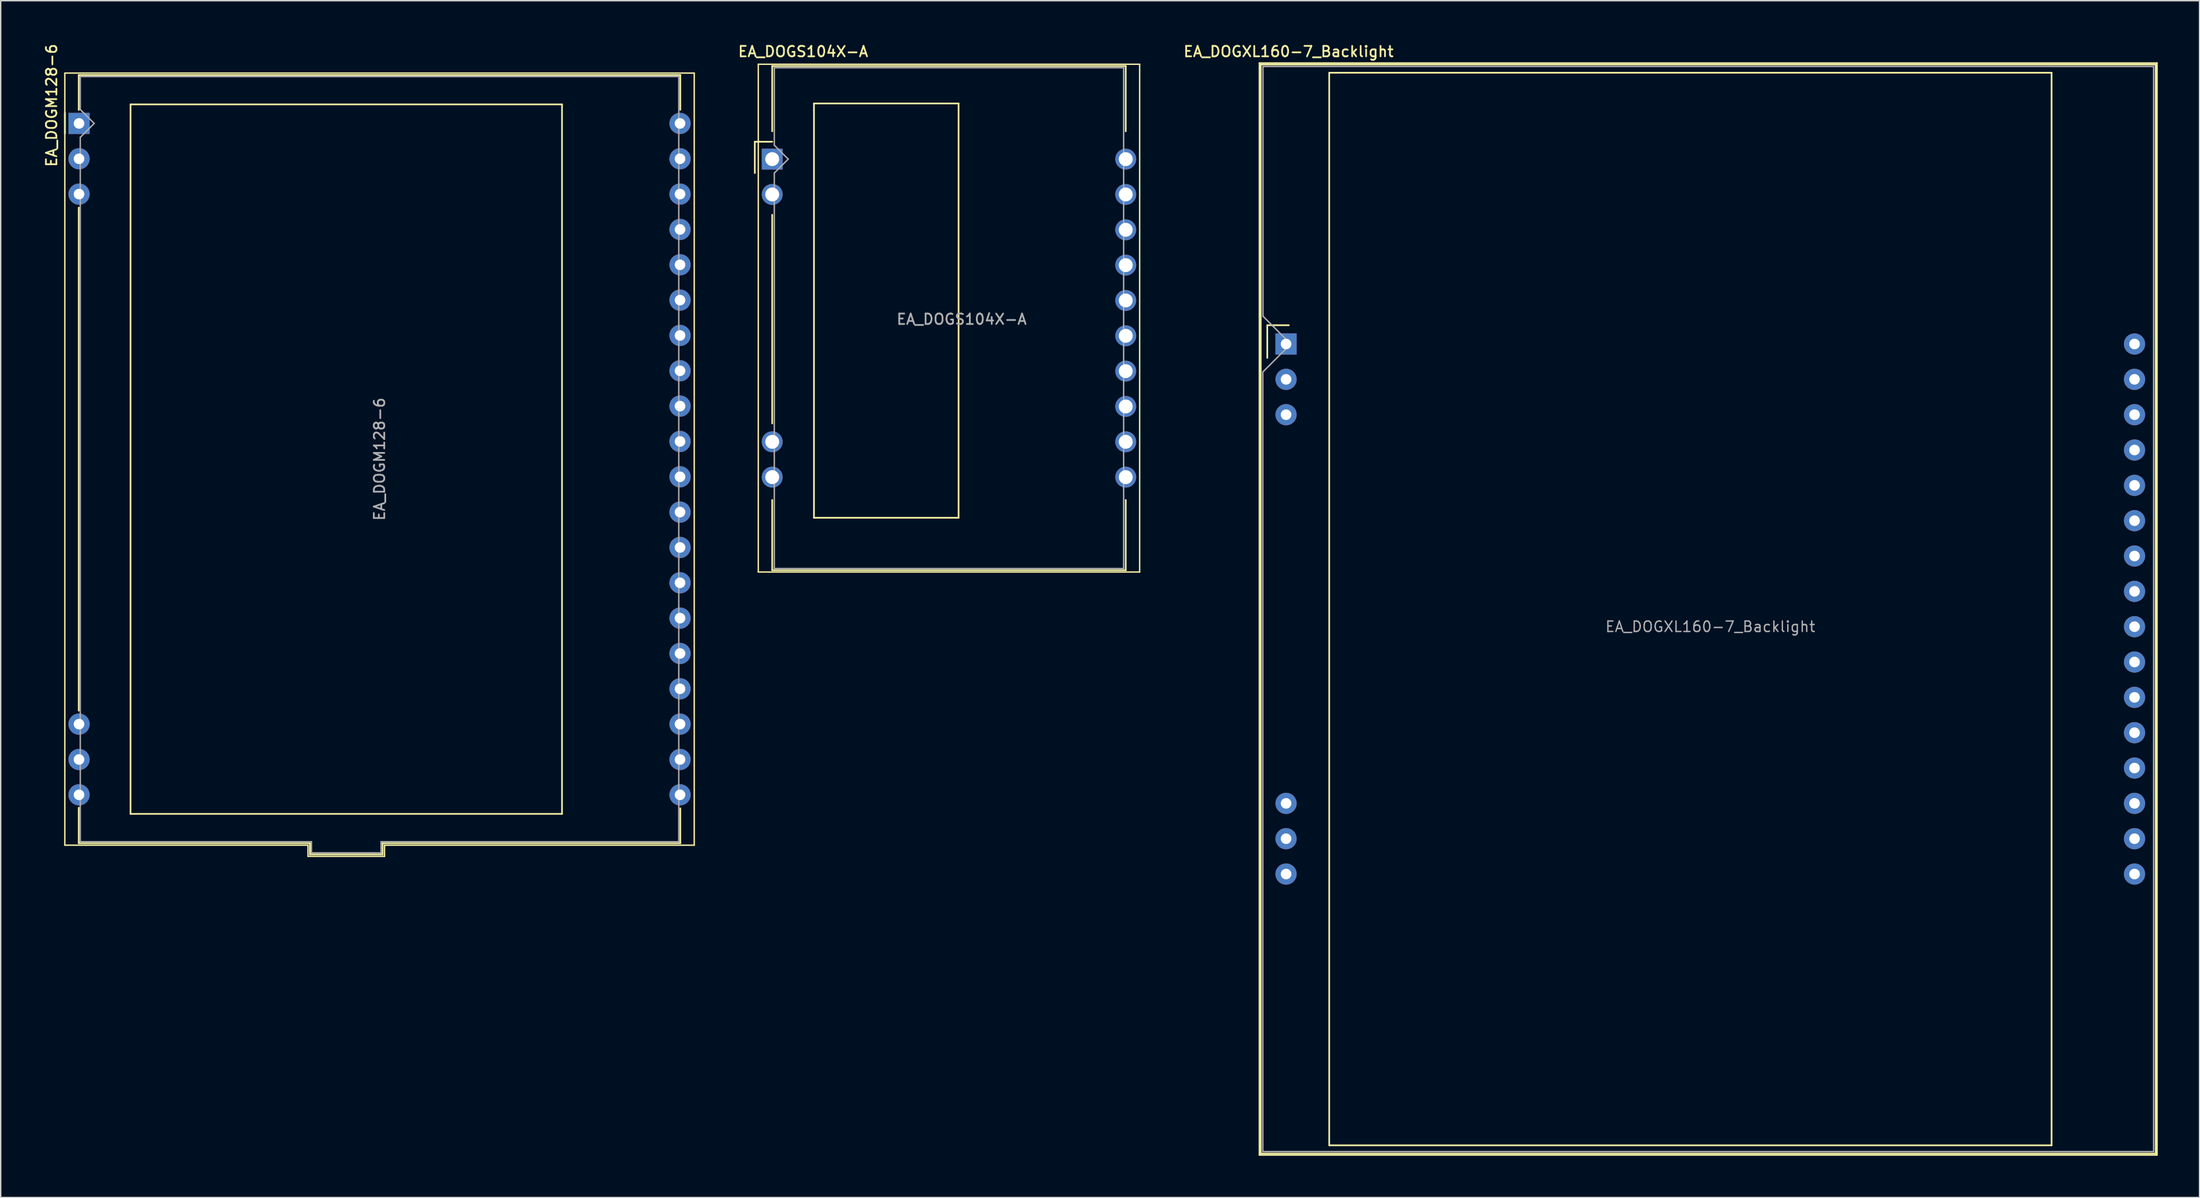
<source format=kicad_pcb>
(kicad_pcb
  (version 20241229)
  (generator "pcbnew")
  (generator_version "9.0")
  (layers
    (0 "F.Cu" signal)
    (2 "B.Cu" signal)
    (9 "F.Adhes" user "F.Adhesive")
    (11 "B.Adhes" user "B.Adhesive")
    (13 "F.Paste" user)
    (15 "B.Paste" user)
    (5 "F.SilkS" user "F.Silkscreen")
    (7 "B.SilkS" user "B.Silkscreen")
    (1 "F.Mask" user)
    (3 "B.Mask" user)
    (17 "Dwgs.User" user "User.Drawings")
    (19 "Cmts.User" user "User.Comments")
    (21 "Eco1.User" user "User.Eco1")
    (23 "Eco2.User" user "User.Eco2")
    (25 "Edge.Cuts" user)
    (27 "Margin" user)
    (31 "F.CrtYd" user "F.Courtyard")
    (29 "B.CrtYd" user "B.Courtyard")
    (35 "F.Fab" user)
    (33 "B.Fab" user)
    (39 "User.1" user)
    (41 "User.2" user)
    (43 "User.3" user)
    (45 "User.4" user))
  (footprint "EA_DOGS104X-A"
    (layer "F.Cu")
    (at 52.431 8.388)
    (property "Reference" "EA_DOGS104X-A" (at 2.22 -7.73 0) (layer "F.SilkS") (effects (font (size 0.75 0.75) (thickness 0.125))))
    (attr through_hole)
    (fp_line (start -1.25 -1.25) (end -1.25 1) (stroke (width 0.12) (type solid)) (layer "F.SilkS"))
    (fp_line (start -1.25 -1.25) (end 0 -1.25) (stroke (width 0.12) (type solid)) (layer "F.SilkS"))
    (fp_line (start -1 -6.82) (end 26.4 -6.82) (stroke (width 0.1) (type solid)) (layer "F.SilkS"))
    (fp_line (start -1 29.68) (end -1 -6.82) (stroke (width 0.1) (type solid)) (layer "F.SilkS"))
    (fp_line (start 0 -6.69) (end 25.4 -6.69) (stroke (width 0.12) (type solid)) (layer "F.SilkS"))
    (fp_line (start 0 -2) (end 0 -6.69) (stroke (width 0.12) (type solid)) (layer "F.SilkS"))
    (fp_line (start 0 4) (end 0 19) (stroke (width 0.12) (type solid)) (layer "F.SilkS"))
    (fp_line (start 0 24.5) (end 0 29.55) (stroke (width 0.12) (type solid)) (layer "F.SilkS"))
    (fp_line (start 3 -4) (end 3 25.78) (stroke (width 0.12) (type solid)) (layer "F.SilkS"))
    (fp_line (start 3 25.78) (end 13.39 25.78) (stroke (width 0.12) (type solid)) (layer "F.SilkS"))
    (fp_line (start 13.39 -4) (end 3 -4) (stroke (width 0.12) (type solid)) (layer "F.SilkS"))
    (fp_line (start 13.39 25.78) (end 13.39 -4) (stroke (width 0.12) (type solid)) (layer "F.SilkS"))
    (fp_line (start 25.4 -6.69) (end 25.4 -2) (stroke (width 0.12) (type solid)) (layer "F.SilkS"))
    (fp_line (start 25.4 24.5) (end 25.4 29.55) (stroke (width 0.12) (type solid)) (layer "F.SilkS"))
    (fp_line (start 25.4 29.55) (end 0 29.55) (stroke (width 0.12) (type solid)) (layer "F.SilkS"))
    (fp_line (start 26.4 -6.82) (end 26.4 29.68) (stroke (width 0.1) (type solid)) (layer "F.SilkS"))
    (fp_line (start 26.4 29.68) (end -1 29.68) (stroke (width 0.1) (type solid)) (layer "F.SilkS"))
    (fp_line (start 0.15 -6.57) (end 25.25 -6.57) (stroke (width 0.1) (type solid)) (layer "F.Fab"))
    (fp_line (start 0.15 -1) (end 0.15 -6.57) (stroke (width 0.1) (type solid)) (layer "F.Fab"))
    (fp_line (start 0.15 -1) (end 1.15 0) (stroke (width 0.1) (type solid)) (layer "F.Fab"))
    (fp_line (start 0.15 1) (end 0.15 29.43) (stroke (width 0.1) (type solid)) (layer "F.Fab"))
    (fp_line (start 1.15 0) (end 0.15 1) (stroke (width 0.1) (type solid)) (layer "F.Fab"))
    (fp_line (start 25.25 -6.57) (end 25.25 29.43) (stroke (width 0.1) (type solid)) (layer "F.Fab"))
    (fp_line (start 25.25 29.43) (end 0.15 29.43) (stroke (width 0.1) (type solid)) (layer "F.Fab"))
    (fp_text user "${REFERENCE}" (at 13.61 11.51 0) (layer "F.Fab") (effects (font (size 0.75 0.75) (thickness 0.125))))
    (pad "1" thru_hole rect (at 0 0) (size 1.5 1.5) (drill 1) (layers "*.Cu" "*.Mask"))
    (pad "2" thru_hole circle (at 0 2.54) (size 1.5 1.5) (drill 1) (layers "*.Cu" "*.Mask"))
    (pad "9" thru_hole circle (at 0 20.32) (size 1.5 1.5) (drill 1) (layers "*.Cu" "*.Mask"))
    (pad "10" thru_hole circle (at 0 22.86) (size 1.5 1.5) (drill 1) (layers "*.Cu" "*.Mask"))
    (pad "11" thru_hole circle (at 25.4 22.86) (size 1.5 1.5) (drill 1) (layers "*.Cu" "*.Mask"))
    (pad "12" thru_hole circle (at 25.4 20.32) (size 1.5 1.5) (drill 1) (layers "*.Cu" "*.Mask"))
    (pad "13" thru_hole circle (at 25.4 17.78) (size 1.5 1.5) (drill 1) (layers "*.Cu" "*.Mask"))
    (pad "14" thru_hole circle (at 25.4 15.24) (size 1.5 1.5) (drill 1) (layers "*.Cu" "*.Mask"))
    (pad "15" thru_hole circle (at 25.4 12.7) (size 1.5 1.5) (drill 1) (layers "*.Cu" "*.Mask"))
    (pad "16" thru_hole circle (at 25.4 10.16) (size 1.5 1.5) (drill 1) (layers "*.Cu" "*.Mask"))
    (pad "17" thru_hole circle (at 25.4 7.62) (size 1.5 1.5) (drill 1) (layers "*.Cu" "*.Mask"))
    (pad "18" thru_hole circle (at 25.4 5.08) (size 1.5 1.5) (drill 1) (layers "*.Cu" "*.Mask"))
    (pad "19" thru_hole circle (at 25.4 2.54) (size 1.5 1.5) (drill 1) (layers "*.Cu" "*.Mask"))
    (pad "20" thru_hole circle (at 25.4 0) (size 1.5 1.5) (drill 1) (layers "*.Cu" "*.Mask")))
  (footprint "EA_DOGM128-6"
    (layer "F.Cu")
    (at 2.628 5.823)
    (property "Reference" "EA_DOGM128-6" (at -1.97 -1.3 270) (layer "F.SilkS") (effects (font (size 0.75 0.75) (thickness 0.125))))
    (attr through_hole)
    (fp_line (start -1.02 -3.62) (end 44.2 -3.62) (stroke (width 0.1) (type solid)) (layer "F.SilkS"))
    (fp_line (start -1.02 51.88) (end -1.02 -3.62) (stroke (width 0.1) (type solid)) (layer "F.SilkS"))
    (fp_line (start -1.02 51.88) (end 16.45 51.88) (stroke (width 0.1) (type solid)) (layer "F.SilkS"))
    (fp_line (start -1.01 -0.77) (end -1.01 0.73) (stroke (width 0.12) (type solid)) (layer "F.SilkS"))
    (fp_line (start -0.02 -3.48) (end 43.2 -3.48) (stroke (width 0.12) (type solid)) (layer "F.SilkS"))
    (fp_line (start -0.02 -0.97) (end -0.02 -3.48) (stroke (width 0.12) (type solid)) (layer "F.SilkS"))
    (fp_line (start -0.02 6.05) (end -0.02 42.21) (stroke (width 0.12) (type solid)) (layer "F.SilkS"))
    (fp_line (start -0.02 51.74) (end -0.02 49.19) (stroke (width 0.12) (type solid)) (layer "F.SilkS"))
    (fp_line (start 3.7 -1.37) (end 3.7 49.63) (stroke (width 0.12) (type solid)) (layer "F.SilkS"))
    (fp_line (start 3.7 49.63) (end 34.7 49.63) (stroke (width 0.12) (type solid)) (layer "F.SilkS"))
    (fp_line (start 16.45 51.88) (end 16.45 52.68) (stroke (width 0.1) (type solid)) (layer "F.SilkS"))
    (fp_line (start 16.45 52.68) (end 21.95 52.68) (stroke (width 0.1) (type solid)) (layer "F.SilkS"))
    (fp_line (start 16.59 51.74) (end -0.02 51.74) (stroke (width 0.12) (type solid)) (layer "F.SilkS"))
    (fp_line (start 16.59 52.54) (end 16.59 51.74) (stroke (width 0.12) (type solid)) (layer "F.SilkS"))
    (fp_line (start 21.81 51.74) (end 21.81 52.54) (stroke (width 0.12) (type solid)) (layer "F.SilkS"))
    (fp_line (start 21.81 52.54) (end 16.59 52.54) (stroke (width 0.12) (type solid)) (layer "F.SilkS"))
    (fp_line (start 21.95 51.88) (end 44.2 51.88) (stroke (width 0.1) (type solid)) (layer "F.SilkS"))
    (fp_line (start 21.95 52.68) (end 21.95 51.88) (stroke (width 0.1) (type solid)) (layer "F.SilkS"))
    (fp_line (start 34.7 -1.37) (end 3.7 -1.37) (stroke (width 0.12) (type solid)) (layer "F.SilkS"))
    (fp_line (start 34.7 49.63) (end 34.7 -1.37) (stroke (width 0.12) (type solid)) (layer "F.SilkS"))
    (fp_line (start 43.2 -3.48) (end 43.2 -0.98) (stroke (width 0.12) (type solid)) (layer "F.SilkS"))
    (fp_line (start 43.2 49.23) (end 43.2 51.74) (stroke (width 0.12) (type solid)) (layer "F.SilkS"))
    (fp_line (start 43.2 51.74) (end 21.81 51.74) (stroke (width 0.12) (type solid)) (layer "F.SilkS"))
    (fp_line (start 44.2 -3.62) (end 44.2 51.88) (stroke (width 0.1) (type solid)) (layer "F.SilkS"))
    (fp_line (start 0.09 -1) (end 0.09 -3.37) (stroke (width 0.1) (type solid)) (layer "F.Fab"))
    (fp_line (start 0.09 -1) (end 1.09 0) (stroke (width 0.1) (type solid)) (layer "F.Fab"))
    (fp_line (start 0.09 1) (end 0.09 51.63) (stroke (width 0.1) (type solid)) (layer "F.Fab"))
    (fp_line (start 0.09 51.63) (end 16.7 51.63) (stroke (width 0.1) (type solid)) (layer "F.Fab"))
    (fp_line (start 1.09 0) (end 0.09 1) (stroke (width 0.1) (type solid)) (layer "F.Fab"))
    (fp_line (start 16.7 51.63) (end 16.7 52.43) (stroke (width 0.1) (type solid)) (layer "F.Fab"))
    (fp_line (start 16.7 52.43) (end 21.7 52.43) (stroke (width 0.1) (type solid)) (layer "F.Fab"))
    (fp_line (start 21.7 51.63) (end 43.09 51.63) (stroke (width 0.1) (type solid)) (layer "F.Fab"))
    (fp_line (start 21.7 52.43) (end 21.7 51.63) (stroke (width 0.1) (type solid)) (layer "F.Fab"))
    (fp_line (start 43.09 -3.37) (end 0.09 -3.37) (stroke (width 0.1) (type solid)) (layer "F.Fab"))
    (fp_line (start 43.09 51.63) (end 43.09 -3.37) (stroke (width 0.1) (type solid)) (layer "F.Fab"))
    (fp_text user "${REFERENCE}" (at 21.59 24.13 270) (layer "F.Fab") (effects (font (size 0.75 0.75) (thickness 0.125))))
    (pad "1" thru_hole rect (at 0 0 270) (size 1.524 1.524) (drill 0.762) (layers "*.Cu" "*.Mask"))
    (pad "2" thru_hole circle (at 0 2.54 270) (size 1.524 1.524) (drill 0.762) (layers "*.Cu" "*.Mask"))
    (pad "3" thru_hole circle (at 0 5.08 270) (size 1.524 1.524) (drill 0.762) (layers "*.Cu" "*.Mask"))
    (pad "18" thru_hole circle (at 0 43.18 270) (size 1.524 1.524) (drill 0.762) (layers "*.Cu" "*.Mask"))
    (pad "19" thru_hole circle (at 0 45.72 270) (size 1.524 1.524) (drill 0.762) (layers "*.Cu" "*.Mask"))
    (pad "20" thru_hole circle (at 0 48.26 270) (size 1.524 1.524) (drill 0.762) (layers "*.Cu" "*.Mask"))
    (pad "21" thru_hole circle (at 43.18 48.26 270) (size 1.524 1.524) (drill 0.762) (layers "*.Cu" "*.Mask"))
    (pad "22" thru_hole circle (at 43.18 45.72 270) (size 1.524 1.524) (drill 0.762) (layers "*.Cu" "*.Mask"))
    (pad "23" thru_hole circle (at 43.18 43.18 270) (size 1.524 1.524) (drill 0.762) (layers "*.Cu" "*.Mask"))
    (pad "24" thru_hole circle (at 43.18 40.64 270) (size 1.524 1.524) (drill 0.762) (layers "*.Cu" "*.Mask"))
    (pad "25" thru_hole circle (at 43.18 38.1 270) (size 1.524 1.524) (drill 0.762) (layers "*.Cu" "*.Mask"))
    (pad "26" thru_hole circle (at 43.18 35.56 270) (size 1.524 1.524) (drill 0.762) (layers "*.Cu" "*.Mask"))
    (pad "27" thru_hole circle (at 43.18 33.02 270) (size 1.524 1.524) (drill 0.762) (layers "*.Cu" "*.Mask"))
    (pad "28" thru_hole circle (at 43.18 30.48 270) (size 1.524 1.524) (drill 0.762) (layers "*.Cu" "*.Mask"))
    (pad "29" thru_hole circle (at 43.18 27.94 270) (size 1.524 1.524) (drill 0.762) (layers "*.Cu" "*.Mask"))
    (pad "30" thru_hole circle (at 43.18 25.4 270) (size 1.524 1.524) (drill 0.762) (layers "*.Cu" "*.Mask"))
    (pad "31" thru_hole circle (at 43.18 22.86 270) (size 1.524 1.524) (drill 0.762) (layers "*.Cu" "*.Mask"))
    (pad "32" thru_hole circle (at 43.18 20.32 270) (size 1.524 1.524) (drill 0.762) (layers "*.Cu" "*.Mask"))
    (pad "33" thru_hole circle (at 43.18 17.78 270) (size 1.524 1.524) (drill 0.762) (layers "*.Cu" "*.Mask"))
    (pad "34" thru_hole circle (at 43.18 15.24 270) (size 1.524 1.524) (drill 0.762) (layers "*.Cu" "*.Mask"))
    (pad "35" thru_hole circle (at 43.18 12.7 270) (size 1.524 1.524) (drill 0.762) (layers "*.Cu" "*.Mask"))
    (pad "36" thru_hole circle (at 43.18 10.16 270) (size 1.524 1.524) (drill 0.762) (layers "*.Cu" "*.Mask"))
    (pad "37" thru_hole circle (at 43.18 7.62 270) (size 1.524 1.524) (drill 0.762) (layers "*.Cu" "*.Mask"))
    (pad "38" thru_hole circle (at 43.18 5.08 270) (size 1.524 1.524) (drill 0.762) (layers "*.Cu" "*.Mask"))
    (pad "39" thru_hole circle (at 43.18 2.54 270) (size 1.524 1.524) (drill 0.762) (layers "*.Cu" "*.Mask"))
    (pad "40" thru_hole circle (at 43.18 0 270) (size 1.524 1.524) (drill 0.762) (layers "*.Cu" "*.Mask")))
  (footprint "EA_DOGXL160-7_Backlight"
    (layer "F.Cu")
    (at 89.35 21.678)
    (property "Reference" "EA_DOGXL160-7_Backlight" (at 0.18 -21.02 0) (layer "F.SilkS") (effects (font (size 0.75 0.75) (thickness 0.125))))
    (attr through_hole)
    (fp_line (start -1.92 -20.2) (end 62.58 -20.2) (stroke (width 0.1) (type solid)) (layer "F.SilkS"))
    (fp_line (start -1.92 58.3) (end -1.92 -20.2) (stroke (width 0.1) (type solid)) (layer "F.SilkS"))
    (fp_line (start -1.82 -20.09) (end -1.82 58.19) (stroke (width 0.12) (type solid)) (layer "F.SilkS"))
    (fp_line (start -1.82 58.19) (end 62.48 58.19) (stroke (width 0.12) (type solid)) (layer "F.SilkS"))
    (fp_line (start -1.35 -1.35) (end -1.35 1) (stroke (width 0.12) (type solid)) (layer "F.SilkS"))
    (fp_line (start 0.2 -1.35) (end -1.35 -1.35) (stroke (width 0.12) (type solid)) (layer "F.SilkS"))
    (fp_line (start 3.1 -19.5) (end 3.1 57.6) (stroke (width 0.12) (type solid)) (layer "F.SilkS"))
    (fp_line (start 3.1 57.6) (end 55 57.6) (stroke (width 0.12) (type solid)) (layer "F.SilkS"))
    (fp_line (start 55 -19.5) (end 3.1 -19.5) (stroke (width 0.12) (type solid)) (layer "F.SilkS"))
    (fp_line (start 55 57.6) (end 55 -19.5) (stroke (width 0.12) (type solid)) (layer "F.SilkS"))
    (fp_line (start 62.48 -20.09) (end -1.82 -20.09) (stroke (width 0.12) (type solid)) (layer "F.SilkS"))
    (fp_line (start 62.48 58.19) (end 62.48 -20.09) (stroke (width 0.12) (type solid)) (layer "F.SilkS"))
    (fp_line (start 62.58 -20.2) (end 62.58 58.3) (stroke (width 0.1) (type solid)) (layer "F.SilkS"))
    (fp_line (start 62.58 58.3) (end -1.92 58.3) (stroke (width 0.1) (type solid)) (layer "F.SilkS"))
    (fp_line (start -1.67 2) (end -1.67 58.05) (stroke (width 0.1) (type solid)) (layer "F.Fab"))
    (fp_line (start -1.66 -19.95) (end 62.33 -19.95) (stroke (width 0.1) (type solid)) (layer "F.Fab"))
    (fp_line (start -1.66 -2) (end -1.66 -19.95) (stroke (width 0.1) (type solid)) (layer "F.Fab"))
    (fp_line (start -1.66 -2) (end 0.34 0) (stroke (width 0.1) (type solid)) (layer "F.Fab"))
    (fp_line (start 0.34 0) (end -1.66 2) (stroke (width 0.1) (type solid)) (layer "F.Fab"))
    (fp_line (start 62.33 -19.95) (end 62.33 58.05) (stroke (width 0.1) (type solid)) (layer "F.Fab"))
    (fp_line (start 62.33 58.05) (end -1.67 58.05) (stroke (width 0.1) (type solid)) (layer "F.Fab"))
    (fp_text user "${REFERENCE}" (at 30.48 20.32 0) (layer "F.Fab") (effects (font (size 0.75 0.75) (thickness 0.1))))
    (pad "1" thru_hole rect (at 0 0) (size 1.524 1.524) (drill 0.762) (layers "*.Cu" "*.Mask"))
    (pad "2" thru_hole circle (at 0 2.54) (size 1.524 1.524) (drill 0.762) (layers "*.Cu" "*.Mask"))
    (pad "3" thru_hole circle (at 0 5.08) (size 1.524 1.524) (drill 0.762) (layers "*.Cu" "*.Mask"))
    (pad "14" thru_hole circle (at 0 33.02) (size 1.524 1.524) (drill 0.762) (layers "*.Cu" "*.Mask"))
    (pad "15" thru_hole circle (at 0 35.56) (size 1.524 1.524) (drill 0.762) (layers "*.Cu" "*.Mask"))
    (pad "16" thru_hole circle (at 0 38.1) (size 1.524 1.524) (drill 0.762) (layers "*.Cu" "*.Mask"))
    (pad "17" thru_hole circle (at 60.96 38.1) (size 1.524 1.524) (drill 0.762) (layers "*.Cu" "*.Mask"))
    (pad "18" thru_hole circle (at 60.96 35.56) (size 1.524 1.524) (drill 0.762) (layers "*.Cu" "*.Mask"))
    (pad "19" thru_hole circle (at 60.96 33.02) (size 1.524 1.524) (drill 0.762) (layers "*.Cu" "*.Mask"))
    (pad "20" thru_hole circle (at 60.96 30.48) (size 1.524 1.524) (drill 0.762) (layers "*.Cu" "*.Mask"))
    (pad "21" thru_hole circle (at 60.96 27.94) (size 1.524 1.524) (drill 0.762) (layers "*.Cu" "*.Mask"))
    (pad "22" thru_hole circle (at 60.96 25.4) (size 1.524 1.524) (drill 0.762) (layers "*.Cu" "*.Mask"))
    (pad "23" thru_hole circle (at 60.96 22.86) (size 1.524 1.524) (drill 0.762) (layers "*.Cu" "*.Mask"))
    (pad "24" thru_hole circle (at 60.96 20.32) (size 1.524 1.524) (drill 0.762) (layers "*.Cu" "*.Mask"))
    (pad "25" thru_hole circle (at 60.96 17.78) (size 1.524 1.524) (drill 0.762) (layers "*.Cu" "*.Mask"))
    (pad "26" thru_hole circle (at 60.96 15.24) (size 1.524 1.524) (drill 0.762) (layers "*.Cu" "*.Mask"))
    (pad "27" thru_hole circle (at 60.96 12.7) (size 1.524 1.524) (drill 0.762) (layers "*.Cu" "*.Mask"))
    (pad "28" thru_hole circle (at 60.96 10.16) (size 1.524 1.524) (drill 0.762) (layers "*.Cu" "*.Mask"))
    (pad "29" thru_hole circle (at 60.96 7.62) (size 1.524 1.524) (drill 0.762) (layers "*.Cu" "*.Mask"))
    (pad "30" thru_hole circle (at 60.96 5.08) (size 1.524 1.524) (drill 0.762) (layers "*.Cu" "*.Mask"))
    (pad "31" thru_hole circle (at 60.96 2.54) (size 1.524 1.524) (drill 0.762) (layers "*.Cu" "*.Mask"))
    (pad "32" thru_hole circle (at 60.96 0) (size 1.524 1.524) (drill 0.762) (layers "*.Cu" "*.Mask")))
  (gr_rect
    (start -3 -3)
    (end 154.98 83.028)
    (stroke (width 0.1) (type default))
    (fill no)
    (layer "Edge.Cuts")))
</source>
